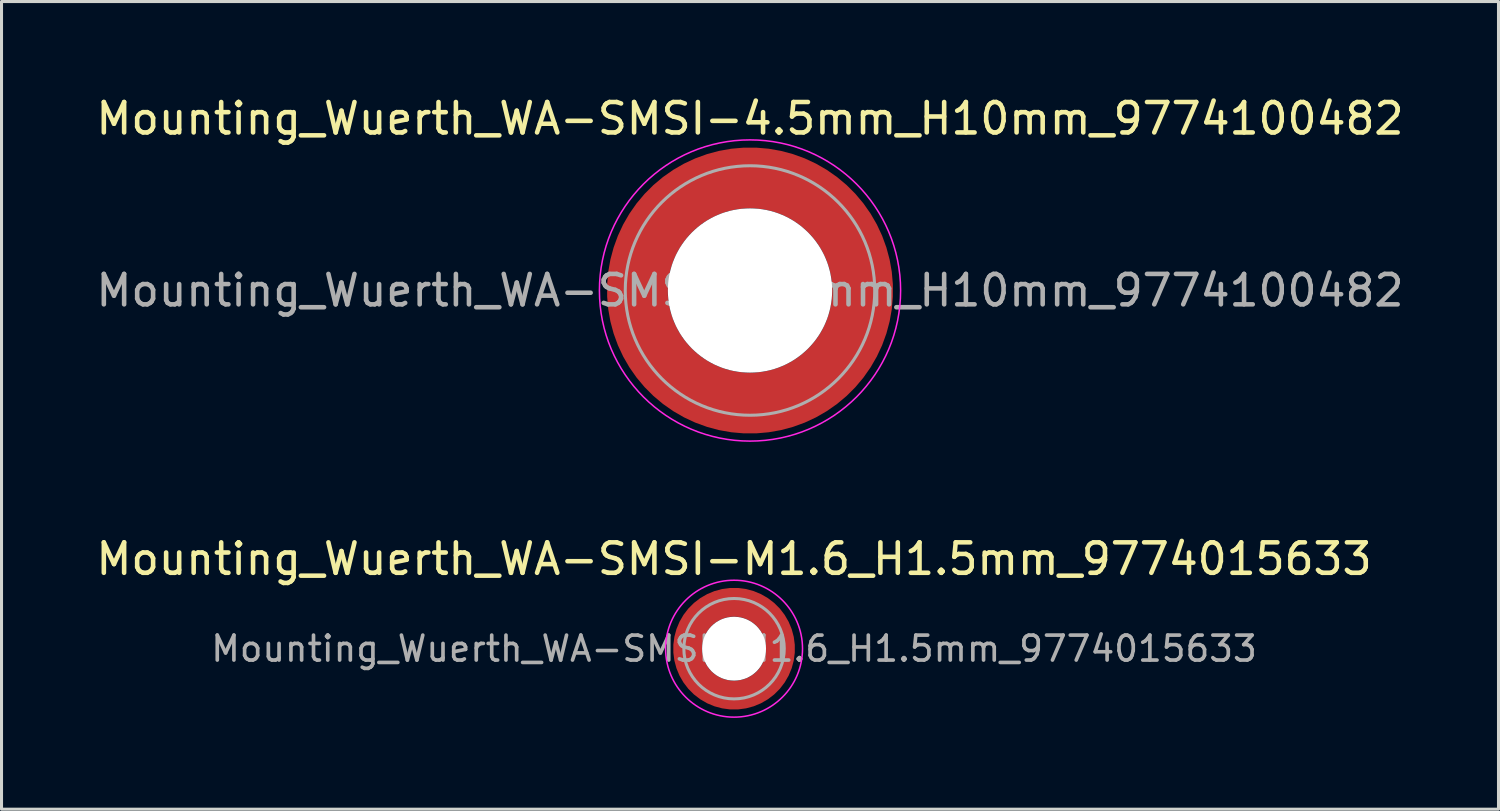
<source format=kicad_pcb>
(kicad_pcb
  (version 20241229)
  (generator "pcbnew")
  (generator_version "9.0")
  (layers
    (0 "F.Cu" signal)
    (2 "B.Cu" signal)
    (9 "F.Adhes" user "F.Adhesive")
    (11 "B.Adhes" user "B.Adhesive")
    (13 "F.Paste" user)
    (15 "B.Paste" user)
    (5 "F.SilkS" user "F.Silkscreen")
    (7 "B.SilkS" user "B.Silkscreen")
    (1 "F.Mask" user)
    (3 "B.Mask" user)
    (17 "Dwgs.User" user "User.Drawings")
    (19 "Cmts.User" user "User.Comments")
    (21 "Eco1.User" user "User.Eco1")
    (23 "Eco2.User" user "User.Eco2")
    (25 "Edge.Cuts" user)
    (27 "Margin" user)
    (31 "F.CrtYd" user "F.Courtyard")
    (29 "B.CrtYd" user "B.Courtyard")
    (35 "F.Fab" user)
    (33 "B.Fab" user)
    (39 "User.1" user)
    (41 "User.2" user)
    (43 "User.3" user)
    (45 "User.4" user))
  (footprint "Mounting_Wuerth_WA-SMSI-4.5mm_H10mm_9774100482"
    (layer "F.Cu")
    (at 21.601 6.498)
    (property "Reference" "Mounting_Wuerth_WA-SMSI-4.5mm_H10mm_9774100482" (at 0 -5.65 0) (layer "F.SilkS") (effects (font (size 1 1) (thickness 0.15))))
    (attr smd)
    (fp_circle (center 0 0) (end 4.95 0) (stroke (width 0.05) (type solid)) (fill no) (layer "F.CrtYd"))
    (fp_circle (center 0 0) (end 4.1 0) (stroke (width 0.1) (type solid)) (fill no) (layer "F.Fab"))
    (fp_text user "${REFERENCE}" (at 0 0 0) (layer "F.Fab") (effects (font (size 1 1) (thickness 0.15))))
    (pad "" smd custom (at -2.607 -2.607) (size 1.495 1.495) (layers "F.Paste") (options (anchor circle)) (primitives (gr_arc (start -0.188183 2.107456) (mid 0.598928 0.599619) (end 2.106494 -0.188011) (width 0.2)) (gr_arc (start -0.289416 2.107456) (mid 0.528508 0.529033) (end 2.106724 -0.28929) (width 0.2)) (gr_arc (start -0.390547 2.107456) (mid 0.457087 0.459449) (end 2.104161 -0.389996) (width 0.2)) (gr_arc (start -0.491585 2.107456) (mid 0.386415 0.389116) (end 2.103685 -0.490974) (width 0.2)) (gr_arc (start -0.59254 2.107456) (mid 0.31649 0.318035) (end 2.105297 -0.592203) (width 0.2)) (gr_arc (start -0.693419 2.107456) (mid 0.245252 0.248268) (end 2.103239 -0.692777) (width 0.2)) (gr_arc (start -0.794229 2.107456) (mid 0.174636 0.177878) (end 2.102921 -0.793558) (width 0.2)) (gr_arc (start -0.894975 2.107456) (mid 0.104643 0.106867) (end 2.104343 -0.894528) (width 0.2)) (gr_arc (start -0.995664 2.107456) (mid 0.033026 0.037479) (end 2.101219 -0.994793) (width 0.2)) (gr_arc (start -1.0963 2.107456) (mid -0.035789 -0.034713) (end 2.105949 -1.096095) (width 0.2)) (gr_arc (start -1.196886 2.107456) (mid -0.106351 -0.105158) (end 2.105783 -1.196667) (width 0.2)) (gr_arc (start -1.297427 2.107456) (mid -0.176416 -0.176097) (end 2.107009 -1.29737) (width 0.2)) (gr_arc (start -1.397927 2.107456) (mid -0.248476 -0.245042) (end 2.102638 -1.397323) (width 0.2)) (gr_arc (start -1.498388 2.107456) (mid -0.317612 -0.316913) (end 2.106475 -1.498268) (width 0.2)) (gr_arc (start -1.598813 2.107456) (mid -0.388865 -0.386665) (end 2.104366 -1.598444) (width 0.2)) (gr_arc (start -1.699204 2.107456) (mid -0.459747 -0.456787) (end 2.103299 -1.698719) (width 0.2)) (gr_arc (start -1.799565 2.107456) (mid -0.530257 -0.527283) (end 2.103277 -1.799089) (width 0.2)) (gr_arc (start -1.899896 2.107456) (mid -0.600396 -0.59815) (end 2.104299 -1.899545) (width 0.2)) (gr_arc (start -1.899896 2.107456) (mid -0.600396 -0.59815) (end 2.104299 -1.899545) (width 0.2)) (gr_line (start 2.107 -0.188) (end 2.107 -1.9) (width 0.2)) (gr_line (start -0.188 2.107) (end -1.9 2.107) (width 0.2))))
    (pad "" smd custom (at -2.607 2.607) (size 1.495 1.495) (layers "F.Paste") (options (anchor circle)) (primitives (gr_arc (start 2.107456 0.188183) (mid 0.599619 -0.598928) (end -0.188011 -2.106494) (width 0.2)) (gr_arc (start 2.107456 0.289416) (mid 0.529033 -0.528508) (end -0.28929 -2.106724) (width 0.2)) (gr_arc (start 2.107456 0.390547) (mid 0.45945 -0.457087) (end -0.389996 -2.104161) (width 0.2)) (gr_arc (start 2.107456 0.491585) (mid 0.389116 -0.386415) (end -0.490974 -2.103685) (width 0.2)) (gr_arc (start 2.107456 0.59254) (mid 0.318035 -0.31649) (end -0.592203 -2.105297) (width 0.2)) (gr_arc (start 2.107456 0.693419) (mid 0.248268 -0.245252) (end -0.692777 -2.103239) (width 0.2)) (gr_arc (start 2.107456 0.794229) (mid 0.177878 -0.174636) (end -0.793558 -2.102921) (width 0.2)) (gr_arc (start 2.107456 0.894975) (mid 0.106867 -0.104643) (end -0.894528 -2.104343) (width 0.2)) (gr_arc (start 2.107456 0.995664) (mid 0.037479 -0.033026) (end -0.994793 -2.101219) (width 0.2)) (gr_arc (start 2.107456 1.0963) (mid -0.034713 0.035789) (end -1.096095 -2.105949) (width 0.2)) (gr_arc (start 2.107456 1.196886) (mid -0.105158 0.106351) (end -1.196667 -2.105783) (width 0.2)) (gr_arc (start 2.107456 1.297427) (mid -0.176097 0.176416) (end -1.29737 -2.107009) (width 0.2)) (gr_arc (start 2.107456 1.397927) (mid -0.245042 0.248476) (end -1.397323 -2.102638) (width 0.2)) (gr_arc (start 2.107456 1.498388) (mid -0.316913 0.317612) (end -1.498268 -2.106475) (width 0.2)) (gr_arc (start 2.107456 1.598813) (mid -0.386665 0.388865) (end -1.598444 -2.104366) (width 0.2)) (gr_arc (start 2.107456 1.699204) (mid -0.456787 0.459747) (end -1.698719 -2.103299) (width 0.2)) (gr_arc (start 2.107456 1.799565) (mid -0.527283 0.530257) (end -1.799089 -2.103277) (width 0.2)) (gr_arc (start 2.107456 1.899896) (mid -0.59815 0.600396) (end -1.899545 -2.104299) (width 0.2)) (gr_arc (start 2.107456 1.899896) (mid -0.59815 0.600396) (end -1.899545 -2.104299) (width 0.2)) (gr_line (start -0.188 -2.107) (end -1.9 -2.107) (width 0.2)) (gr_line (start 2.107 0.188) (end 2.107 1.9) (width 0.2))))
    (pad "" np_thru_hole circle (at 0 0) (size 5.4 5.4) (drill 5.4) (layers "*.Cu" "*.Mask"))
    (pad "" smd custom (at 2.607 -2.607) (size 1.495 1.495) (layers "F.Paste") (options (anchor circle)) (primitives (gr_arc (start -2.107456 -0.188183) (mid -0.599619 0.598928) (end 0.188011 2.106494) (width 0.2)) (gr_arc (start -2.107456 -0.289416) (mid -0.529033 0.528508) (end 0.28929 2.106724) (width 0.2)) (gr_arc (start -2.107456 -0.390547) (mid -0.459449 0.457087) (end 0.389996 2.104161) (width 0.2)) (gr_arc (start -2.107456 -0.491585) (mid -0.389116 0.386415) (end 0.490974 2.103685) (width 0.2)) (gr_arc (start -2.107456 -0.59254) (mid -0.318035 0.31649) (end 0.592203 2.105297) (width 0.2)) (gr_arc (start -2.107456 -0.693419) (mid -0.248268 0.245252) (end 0.692777 2.103239) (width 0.2)) (gr_arc (start -2.107456 -0.794229) (mid -0.177878 0.174636) (end 0.793558 2.102921) (width 0.2)) (gr_arc (start -2.107456 -0.894975) (mid -0.106867 0.104643) (end 0.894528 2.104343) (width 0.2)) (gr_arc (start -2.107456 -0.995664) (mid -0.037479 0.033026) (end 0.994793 2.101219) (width 0.2)) (gr_arc (start -2.107456 -1.0963) (mid 0.034713 -0.035789) (end 1.096095 2.105949) (width 0.2)) (gr_arc (start -2.107456 -1.196886) (mid 0.105158 -0.106351) (end 1.196667 2.105783) (width 0.2)) (gr_arc (start -2.107456 -1.297427) (mid 0.176097 -0.176416) (end 1.29737 2.107009) (width 0.2)) (gr_arc (start -2.107456 -1.397927) (mid 0.245042 -0.248476) (end 1.397323 2.102638) (width 0.2)) (gr_arc (start -2.107456 -1.498388) (mid 0.316913 -0.317612) (end 1.498268 2.106475) (width 0.2)) (gr_arc (start -2.107456 -1.598813) (mid 0.386665 -0.388865) (end 1.598444 2.104366) (width 0.2)) (gr_arc (start -2.107456 -1.699204) (mid 0.456787 -0.459747) (end 1.698719 2.103299) (width 0.2)) (gr_arc (start -2.107456 -1.799565) (mid 0.527283 -0.530257) (end 1.799089 2.103277) (width 0.2)) (gr_arc (start -2.107456 -1.899896) (mid 0.59815 -0.600396) (end 1.899545 2.104299) (width 0.2)) (gr_arc (start -2.107456 -1.899896) (mid 0.59815 -0.600396) (end 1.899545 2.104299) (width 0.2)) (gr_line (start 0.188 2.107) (end 1.9 2.107) (width 0.2)) (gr_line (start -2.107 -0.188) (end -2.107 -1.9) (width 0.2))))
    (pad "" smd custom (at 2.607 2.607) (size 1.495 1.495) (layers "F.Paste") (options (anchor circle)) (primitives (gr_arc (start 0.188183 -2.107456) (mid -0.598928 -0.599619) (end -2.106494 0.188011) (width 0.2)) (gr_arc (start 0.289416 -2.107456) (mid -0.528508 -0.529033) (end -2.106724 0.28929) (width 0.2)) (gr_arc (start 0.390547 -2.107456) (mid -0.457087 -0.459449) (end -2.104161 0.389996) (width 0.2)) (gr_arc (start 0.491585 -2.107456) (mid -0.386415 -0.389116) (end -2.103685 0.490974) (width 0.2)) (gr_arc (start 0.59254 -2.107456) (mid -0.31649 -0.318035) (end -2.105297 0.592203) (width 0.2)) (gr_arc (start 0.693419 -2.107456) (mid -0.245252 -0.248268) (end -2.103239 0.692777) (width 0.2)) (gr_arc (start 0.794229 -2.107456) (mid -0.174636 -0.177878) (end -2.102921 0.793558) (width 0.2)) (gr_arc (start 0.894975 -2.107456) (mid -0.104643 -0.106867) (end -2.104343 0.894528) (width 0.2)) (gr_arc (start 0.995664 -2.107456) (mid -0.033026 -0.037479) (end -2.101219 0.994793) (width 0.2)) (gr_arc (start 1.0963 -2.107456) (mid 0.035789 0.034713) (end -2.105949 1.096095) (width 0.2)) (gr_arc (start 1.196886 -2.107456) (mid 0.106351 0.105158) (end -2.105783 1.196667) (width 0.2)) (gr_arc (start 1.297427 -2.107456) (mid 0.176416 0.176097) (end -2.107009 1.29737) (width 0.2)) (gr_arc (start 1.397927 -2.107456) (mid 0.248476 0.245042) (end -2.102638 1.397323) (width 0.2)) (gr_arc (start 1.498388 -2.107456) (mid 0.317612 0.316913) (end -2.106475 1.498268) (width 0.2)) (gr_arc (start 1.598813 -2.107456) (mid 0.388865 0.386665) (end -2.104366 1.598444) (width 0.2)) (gr_arc (start 1.699204 -2.107456) (mid 0.459747 0.456787) (end -2.103299 1.698719) (width 0.2)) (gr_arc (start 1.799565 -2.107456) (mid 0.530257 0.527283) (end -2.103277 1.799089) (width 0.2)) (gr_arc (start 1.899896 -2.107456) (mid 0.600396 0.59815) (end -2.104299 1.899545) (width 0.2)) (gr_arc (start 1.899896 -2.107456) (mid 0.600396 0.59815) (end -2.104299 1.899545) (width 0.2)) (gr_line (start -2.107 0.188) (end -2.107 1.9) (width 0.2)) (gr_line (start 0.188 -2.107) (end 1.9 -2.107) (width 0.2))))
    (pad "1" smd circle (at -3.7 0) (size 1.6 1.6) (layers "F.Cu"))
    (pad "1" smd circle (at 0 -3.7) (size 1.6 1.6) (layers "F.Cu"))
    (pad "1" smd circle (at 0 3.7) (size 1.6 1.6) (layers "F.Cu"))
    (pad "1" smd custom (at 3.7 0) (size 1.6 1.6) (layers "F.Cu" "F.Mask") (options (anchor circle)) (primitives (gr_circle (center -3.7 0) (end 0 0) (width 2) (fill no)))))
  (footprint "Mounting_Wuerth_WA-SMSI-M1.6_H1.5mm_9774015633"
    (layer "F.Cu")
    (at 21.077 18.271)
    (property "Reference" "Mounting_Wuerth_WA-SMSI-M1.6_H1.5mm_9774015633" (at 0 -2.95 0) (layer "F.SilkS") (effects (font (size 1 1) (thickness 0.15))))
    (attr smd)
    (fp_circle (center 0 0) (end 2.25 0) (stroke (width 0.05) (type solid)) (fill no) (layer "F.CrtYd"))
    (fp_circle (center 0 0) (end 1.65 0) (stroke (width 0.1) (type solid)) (fill no) (layer "F.Fab"))
    (fp_text user "${REFERENCE}" (at 0 0 0) (layer "F.Fab") (effects (font (size 0.82 0.82) (thickness 0.12))))
    (pad "" smd custom (at -1.061 -1.061) (size 0.4 0.4) (layers "F.Paste") (options (anchor circle)) (primitives (gr_arc (start -0.101235 0.76066) (mid 0.211799 0.212465) (end 0.759748 -0.100999) (width 0.2)) (gr_arc (start -0.204251 0.76066) (mid 0.141299 0.141544) (end 0.760323 -0.204171) (width 0.2)) (gr_arc (start -0.306819 0.76066) (mid 0.070255 0.071167) (end 0.759401 -0.306542) (width 0.2)) (gr_arc (start -0.409034 0.76066) (mid -0.000242 0.000241) (end 0.759991 -0.408897) (width 0.2)) (gr_arc (start -0.510963 0.76066) (mid -0.071561 -0.06986) (end 0.758297 -0.51051) (width 0.2)) (gr_arc (start -0.61266 0.76066) (mid -0.142171 -0.140671) (end 0.758572 -0.612284) (width 0.2)) (gr_arc (start -0.714164 0.76066) (mid -0.212264 -0.212) (end 0.760292 -0.714102) (width 0.2)) (gr_line (start 0.761 -0.101) (end 0.761 -0.714) (width 0.2)) (gr_line (start -0.101 0.761) (end -0.714 0.761) (width 0.2))))
    (pad "" smd custom (at -1.061 1.061) (size 0.4 0.4) (layers "F.Paste") (options (anchor circle)) (primitives (gr_arc (start 0.76066 0.101235) (mid 0.212465 -0.211799) (end -0.100999 -0.759748) (width 0.2)) (gr_arc (start 0.76066 0.204251) (mid 0.141544 -0.141299) (end -0.204171 -0.760323) (width 0.2)) (gr_arc (start 0.76066 0.306819) (mid 0.071167 -0.070255) (end -0.306542 -0.759401) (width 0.2)) (gr_arc (start 0.76066 0.409034) (mid 0.000241 0.000242) (end -0.408897 -0.759991) (width 0.2)) (gr_arc (start 0.76066 0.510963) (mid -0.06986 0.071561) (end -0.51051 -0.758297) (width 0.2)) (gr_arc (start 0.76066 0.61266) (mid -0.140671 0.142171) (end -0.612284 -0.758572) (width 0.2)) (gr_arc (start 0.76066 0.714164) (mid -0.212 0.212264) (end -0.714102 -0.760292) (width 0.2)) (gr_line (start -0.101 -0.761) (end -0.714 -0.761) (width 0.2)) (gr_line (start 0.761 0.101) (end 0.761 0.714) (width 0.2))))
    (pad "" np_thru_hole circle (at 0 0) (size 2.1 2.1) (drill 2.1) (layers "*.Cu" "*.Mask"))
    (pad "" smd custom (at 1.061 -1.061) (size 0.4 0.4) (layers "F.Paste") (options (anchor circle)) (primitives (gr_arc (start -0.76066 -0.101235) (mid -0.212465 0.211799) (end 0.100999 0.759748) (width 0.2)) (gr_arc (start -0.76066 -0.204251) (mid -0.141544 0.141299) (end 0.204171 0.760323) (width 0.2)) (gr_arc (start -0.76066 -0.306819) (mid -0.071167 0.070255) (end 0.306542 0.759401) (width 0.2)) (gr_arc (start -0.76066 -0.409034) (mid -0.000241 -0.000242) (end 0.408897 0.759991) (width 0.2)) (gr_arc (start -0.76066 -0.510963) (mid 0.069859 -0.071561) (end 0.510509 0.758297) (width 0.2)) (gr_arc (start -0.76066 -0.61266) (mid 0.140671 -0.142171) (end 0.612284 0.758572) (width 0.2)) (gr_arc (start -0.76066 -0.714164) (mid 0.212 -0.212264) (end 0.714102 0.760292) (width 0.2)) (gr_line (start 0.101 0.761) (end 0.714 0.761) (width 0.2)) (gr_line (start -0.761 -0.101) (end -0.761 -0.714) (width 0.2))))
    (pad "" smd custom (at 1.061 1.061) (size 0.4 0.4) (layers "F.Paste") (options (anchor circle)) (primitives (gr_arc (start 0.101235 -0.76066) (mid -0.211799 -0.212465) (end -0.759748 0.100999) (width 0.2)) (gr_arc (start 0.204251 -0.76066) (mid -0.141299 -0.141544) (end -0.760323 0.204171) (width 0.2)) (gr_arc (start 0.306819 -0.76066) (mid -0.070255 -0.071167) (end -0.759401 0.306542) (width 0.2)) (gr_arc (start 0.409034 -0.76066) (mid 0.000242 -0.000241) (end -0.759991 0.408897) (width 0.2)) (gr_arc (start 0.510963 -0.76066) (mid 0.071561 0.069859) (end -0.758297 0.510509) (width 0.2)) (gr_arc (start 0.61266 -0.76066) (mid 0.142171 0.140671) (end -0.758572 0.612284) (width 0.2)) (gr_arc (start 0.714164 -0.76066) (mid 0.212264 0.212) (end -0.760292 0.714102) (width 0.2)) (gr_line (start -0.761 0.101) (end -0.761 0.714) (width 0.2)) (gr_line (start 0.101 -0.761) (end 0.714 -0.761) (width 0.2))))
    (pad "1" smd circle (at -1.525 0) (size 0.55 0.55) (layers "F.Cu"))
    (pad "1" smd circle (at 0 -1.525) (size 0.55 0.55) (layers "F.Cu"))
    (pad "1" smd circle (at 0 1.525) (size 0.55 0.55) (layers "F.Cu"))
    (pad "1" smd custom (at 1.525 0) (size 0.55 0.55) (layers "F.Cu" "F.Mask") (options (anchor circle)) (primitives (gr_circle (center -1.525 0) (end 0 0) (width 0.95) (fill no)))))
  (gr_rect
    (start -3 -3)
    (end 46.202 23.547)
    (stroke (width 0.1) (type default))
    (fill no)
    (layer "Edge.Cuts")))
</source>
